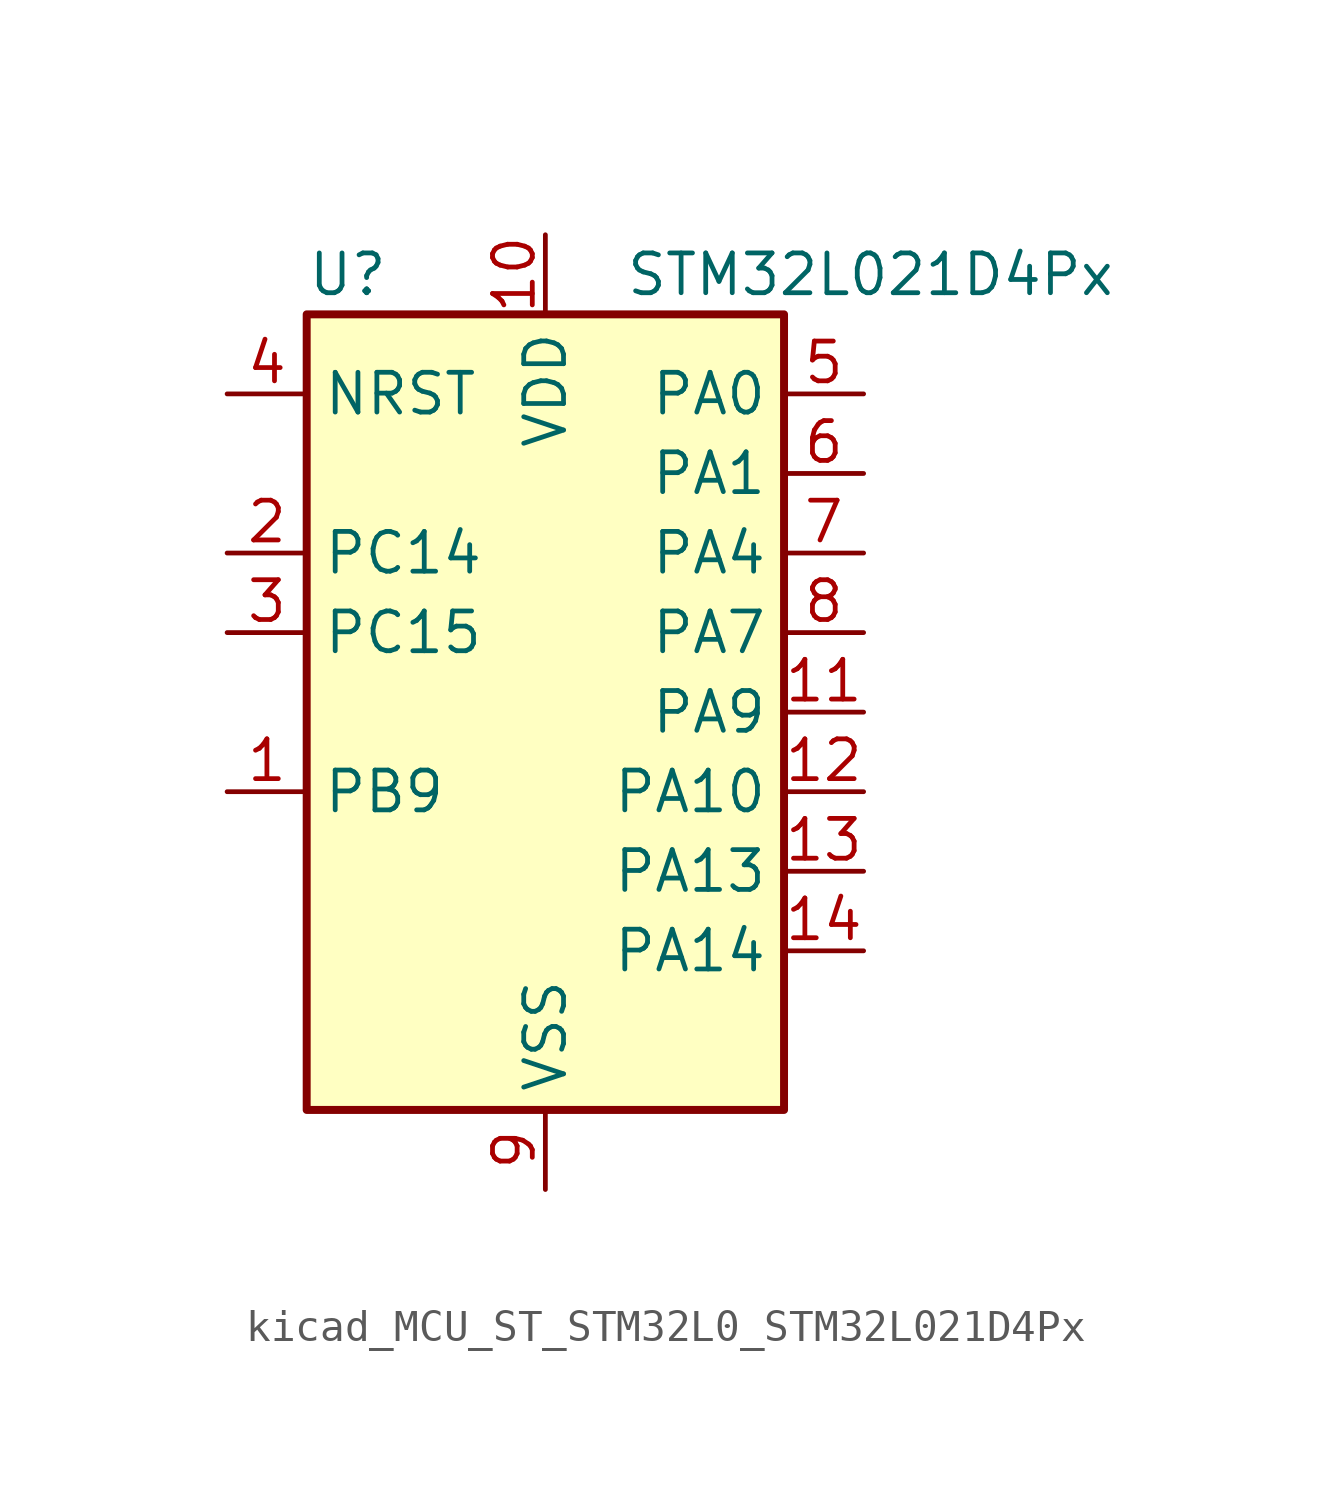
<source format=kicad_sym>
(kicad_symbol_lib
  (version 20220914)
  (generator kicad_symbol_editor)
  (symbol "kicad_MCU_ST_STM32L0_STM32L021D4Px"
    (property "Reference" "U"
      (at -7.62 13.97 0)
      (effects (font (size 1.27 1.27)) (justify left)))
    (property "Value" "STM32L021D4Px"
      (at 2.54 13.97 0)
      (effects (font (size 1.27 1.27)) (justify left)))
    (property "ki_locked" ""
      (at 0 0 0)
      (effects (font (size 1.27 1.27))))
    (symbol "kicad_MCU_ST_STM32L0_STM32L021D4Px_0_1"
      (rectangle (start -7.62 -12.7) (end 7.62 12.7) (stroke (width 0.254) (type default)) (fill (type background))))
    (symbol "kicad_MCU_ST_STM32L0_STM32L021D4Px_1_1"
      (pin bidirectional line (at -10.16 -2.54 0) (length 2.54) (name "PB9" (effects (font (size 1.27 1.27)))) (number "1" (effects (font (size 1.27 1.27)))))
      (pin power_in line (at 0 15.24 270) (length 2.54) (name "VDD" (effects (font (size 1.27 1.27)))) (number "10" (effects (font (size 1.27 1.27)))))
      (pin bidirectional line (at 10.16 0 180) (length 2.54) (name "PA9" (effects (font (size 1.27 1.27)))) (number "11" (effects (font (size 1.27 1.27)))) (alternate "COMP1_OUT" bidirectional line) (alternate "I2C1_SCL" bidirectional line) (alternate "LPTIM1_OUT" bidirectional line) (alternate "RCC_MCO" bidirectional line) (alternate "TIM21_CH2" bidirectional line) (alternate "USART2_TX" bidirectional line))
      (pin bidirectional line (at 10.16 -2.54 180) (length 2.54) (name "PA10" (effects (font (size 1.27 1.27)))) (number "12" (effects (font (size 1.27 1.27)))) (alternate "COMP1_OUT" bidirectional line) (alternate "I2C1_SDA" bidirectional line) (alternate "RTC_REFIN" bidirectional line) (alternate "TIM21_CH1" bidirectional line) (alternate "TIM2_CH3" bidirectional line) (alternate "USART2_RX" bidirectional line))
      (pin bidirectional line (at 10.16 -5.08 180) (length 2.54) (name "PA13" (effects (font (size 1.27 1.27)))) (number "13" (effects (font (size 1.27 1.27)))) (alternate "COMP1_OUT" bidirectional line) (alternate "I2C1_SDA" bidirectional line) (alternate "LPTIM1_ETR" bidirectional line) (alternate "LPUART1_RX" bidirectional line) (alternate "SPI1_SCK" bidirectional line) (alternate "SYS_SWDIO" bidirectional line))
      (pin bidirectional line (at 10.16 -7.62 180) (length 2.54) (name "PA14" (effects (font (size 1.27 1.27)))) (number "14" (effects (font (size 1.27 1.27)))) (alternate "COMP2_OUT" bidirectional line) (alternate "I2C1_SMBA" bidirectional line) (alternate "LPTIM1_OUT" bidirectional line) (alternate "LPUART1_TX" bidirectional line) (alternate "SPI1_MISO" bidirectional line) (alternate "SYS_SWCLK" bidirectional line) (alternate "USART2_TX" bidirectional line))
      (pin bidirectional line (at -10.16 5.08 0) (length 2.54) (name "PC14" (effects (font (size 1.27 1.27)))) (number "2" (effects (font (size 1.27 1.27)))) (alternate "RCC_OSC32_IN" bidirectional line))
      (pin bidirectional line (at -10.16 2.54 0) (length 2.54) (name "PC15" (effects (font (size 1.27 1.27)))) (number "3" (effects (font (size 1.27 1.27)))) (alternate "RCC_OSC32_OUT" bidirectional line))
      (pin input line (at -10.16 10.16 0) (length 2.54) (name "NRST" (effects (font (size 1.27 1.27)))) (number "4" (effects (font (size 1.27 1.27)))))
      (pin bidirectional line (at 10.16 10.16 180) (length 2.54) (name "PA0" (effects (font (size 1.27 1.27)))) (number "5" (effects (font (size 1.27 1.27)))) (alternate "ADC_IN0" bidirectional line) (alternate "COMP1_INM" bidirectional line) (alternate "COMP1_OUT" bidirectional line) (alternate "LPTIM1_IN1" bidirectional line) (alternate "LPUART1_RX" bidirectional line) (alternate "RCC_CK_IN" bidirectional line) (alternate "RTC_TAMP2" bidirectional line) (alternate "SYS_WKUP1" bidirectional line) (alternate "TIM2_CH1" bidirectional line) (alternate "TIM2_ETR" bidirectional line) (alternate "USART2_CTS" bidirectional line) (alternate "USART2_RX" bidirectional line))
      (pin bidirectional line (at 10.16 7.62 180) (length 2.54) (name "PA1" (effects (font (size 1.27 1.27)))) (number "6" (effects (font (size 1.27 1.27)))) (alternate "ADC_IN1" bidirectional line) (alternate "COMP1_INP" bidirectional line) (alternate "I2C1_SMBA" bidirectional line) (alternate "LPTIM1_IN2" bidirectional line) (alternate "LPUART1_TX" bidirectional line) (alternate "TIM21_ETR" bidirectional line) (alternate "TIM2_CH2" bidirectional line) (alternate "USART2_DE" bidirectional line) (alternate "USART2_RTS" bidirectional line))
      (pin bidirectional line (at 10.16 5.08 180) (length 2.54) (name "PA4" (effects (font (size 1.27 1.27)))) (number "7" (effects (font (size 1.27 1.27)))) (alternate "ADC_IN4" bidirectional line) (alternate "COMP1_INM" bidirectional line) (alternate "COMP2_INM" bidirectional line) (alternate "COMP2_OUT" bidirectional line) (alternate "I2C1_SCL" bidirectional line) (alternate "LPTIM1_ETR" bidirectional line) (alternate "LPTIM1_IN1" bidirectional line) (alternate "LPUART1_TX" bidirectional line) (alternate "SPI1_NSS" bidirectional line) (alternate "TIM2_ETR" bidirectional line) (alternate "USART2_CK" bidirectional line))
      (pin bidirectional line (at 10.16 2.54 180) (length 2.54) (name "PA7" (effects (font (size 1.27 1.27)))) (number "8" (effects (font (size 1.27 1.27)))) (alternate "ADC_IN7" bidirectional line) (alternate "COMP2_INP" bidirectional line) (alternate "COMP2_OUT" bidirectional line) (alternate "LPTIM1_OUT" bidirectional line) (alternate "SPI1_MOSI" bidirectional line) (alternate "TIM21_ETR" bidirectional line) (alternate "USART2_CTS" bidirectional line))
      (pin power_in line (at 0 -15.24 90) (length 2.54) (name "VSS" (effects (font (size 1.27 1.27)))) (number "9" (effects (font (size 1.27 1.27))))))))
</source>
